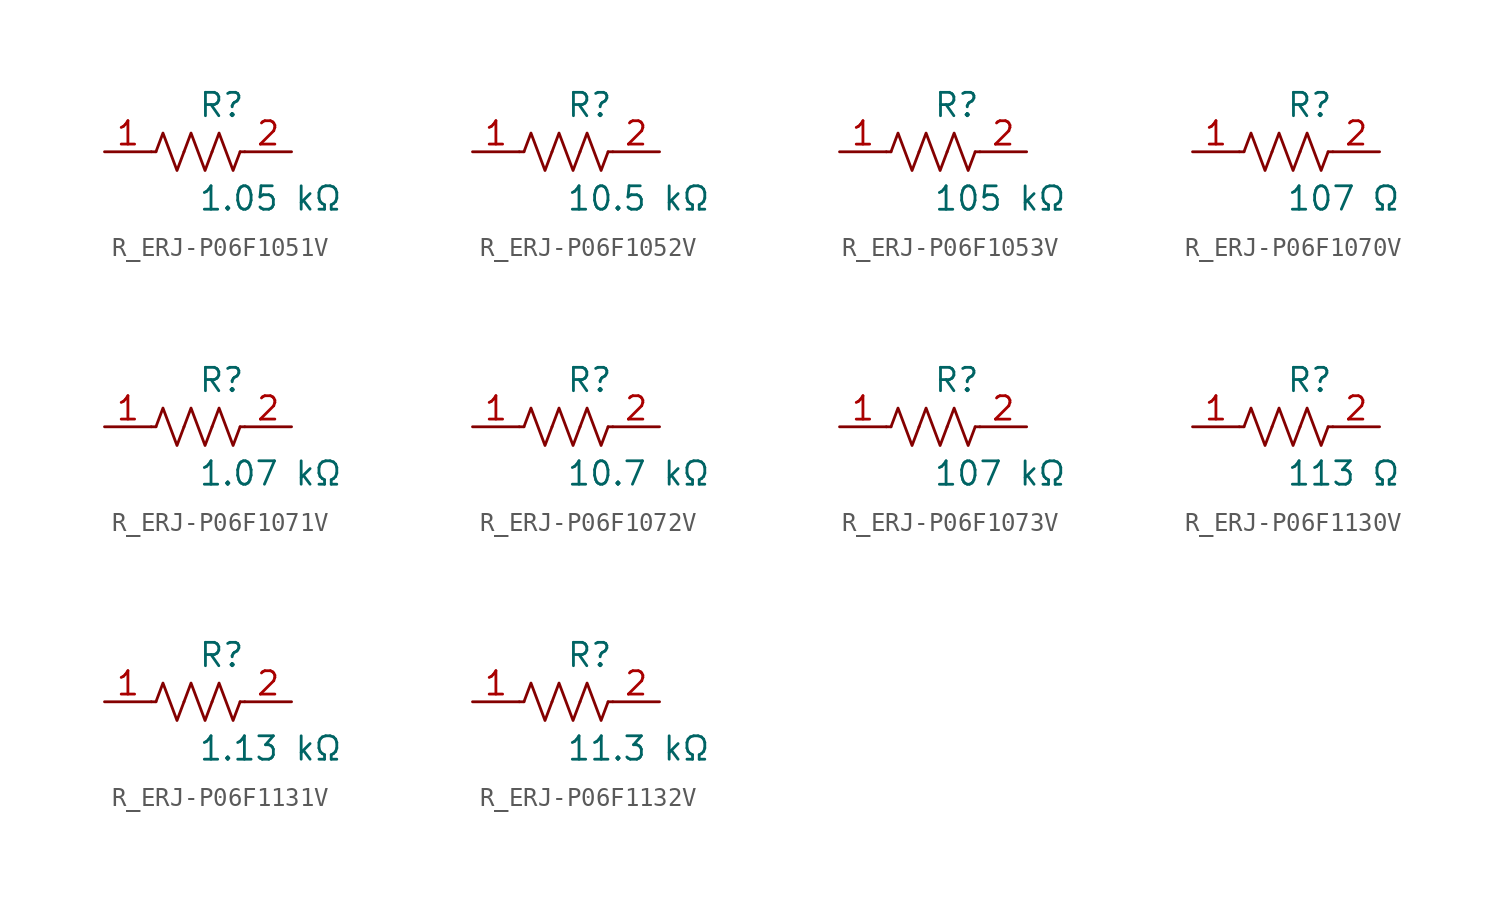
<source format=kicad_sym>
(kicad_symbol_lib
  (version 20231120)
  (generator kicad_symbol_editor)
  (generator_version 8.0)
  (symbol "R_ERJ-P06F1051V"
    (pin_names
      (offset 0.254))
    (property "Reference" "R"
      (at 0.0 2.54 0)
      (effects (font (size 1.27 1.27)) (justify left)))
    (property "Value" "1.05 kΩ"
      (at 0.0 -2.54 0)
      (effects (font (size 1.27 1.27)) (justify left)))
    (symbol "R_ERJ-P06F1051V_0_1"
      (polyline (pts (xy 2.286 0) (xy 2.54 0)) (stroke (width 0) (type default)) (fill (type none)))
      (polyline (pts (xy -2.286 0) (xy -2.54 0)) (stroke (width 0) (type default)) (fill (type none)))
      (polyline (pts (xy 0.762 0) (xy 1.143 1.016) (xy 1.524 0) (xy 1.905 -1.016) (xy 2.286 0)) (stroke (width 0) (type default)) (fill (type none)))
      (polyline (pts (xy -0.762 0) (xy -0.381 1.016) (xy 0 0) (xy 0.381 -1.016) (xy 0.762 0)) (stroke (width 0) (type default)) (fill (type none)))
      (polyline (pts (xy -2.286 0) (xy -1.905 1.016) (xy -1.524 0) (xy -1.143 -1.016) (xy -0.762 0)) (stroke (width 0) (type default)) (fill (type none))))
    (pin unspecified line
      (at -5.08 0 0)
      (length 2.54)
      (name "" (effects (font (size 1.27 1.27))))
      (number "1" (effects (font (size 1.27 1.27)))))
    (pin unspecified line
      (at 5.08 0 180)
      (length 2.54)
      (name "" (effects (font (size 1.27 1.27))))
      (number "2" (effects (font (size 1.27 1.27))))))
  (symbol "R_ERJ-P06F1052V"
    (pin_names
      (offset 0.254))
    (property "Reference" "R"
      (at 0.0 2.54 0)
      (effects (font (size 1.27 1.27)) (justify left)))
    (property "Value" "10.5 kΩ"
      (at 0.0 -2.54 0)
      (effects (font (size 1.27 1.27)) (justify left)))
    (symbol "R_ERJ-P06F1052V_0_1"
      (polyline (pts (xy 2.286 0) (xy 2.54 0)) (stroke (width 0) (type default)) (fill (type none)))
      (polyline (pts (xy -2.286 0) (xy -2.54 0)) (stroke (width 0) (type default)) (fill (type none)))
      (polyline (pts (xy 0.762 0) (xy 1.143 1.016) (xy 1.524 0) (xy 1.905 -1.016) (xy 2.286 0)) (stroke (width 0) (type default)) (fill (type none)))
      (polyline (pts (xy -0.762 0) (xy -0.381 1.016) (xy 0 0) (xy 0.381 -1.016) (xy 0.762 0)) (stroke (width 0) (type default)) (fill (type none)))
      (polyline (pts (xy -2.286 0) (xy -1.905 1.016) (xy -1.524 0) (xy -1.143 -1.016) (xy -0.762 0)) (stroke (width 0) (type default)) (fill (type none))))
    (pin unspecified line
      (at -5.08 0 0)
      (length 2.54)
      (name "" (effects (font (size 1.27 1.27))))
      (number "1" (effects (font (size 1.27 1.27)))))
    (pin unspecified line
      (at 5.08 0 180)
      (length 2.54)
      (name "" (effects (font (size 1.27 1.27))))
      (number "2" (effects (font (size 1.27 1.27))))))
  (symbol "R_ERJ-P06F1053V"
    (pin_names
      (offset 0.254))
    (property "Reference" "R"
      (at 0.0 2.54 0)
      (effects (font (size 1.27 1.27)) (justify left)))
    (property "Value" "105 kΩ"
      (at 0.0 -2.54 0)
      (effects (font (size 1.27 1.27)) (justify left)))
    (symbol "R_ERJ-P06F1053V_0_1"
      (polyline (pts (xy 2.286 0) (xy 2.54 0)) (stroke (width 0) (type default)) (fill (type none)))
      (polyline (pts (xy -2.286 0) (xy -2.54 0)) (stroke (width 0) (type default)) (fill (type none)))
      (polyline (pts (xy 0.762 0) (xy 1.143 1.016) (xy 1.524 0) (xy 1.905 -1.016) (xy 2.286 0)) (stroke (width 0) (type default)) (fill (type none)))
      (polyline (pts (xy -0.762 0) (xy -0.381 1.016) (xy 0 0) (xy 0.381 -1.016) (xy 0.762 0)) (stroke (width 0) (type default)) (fill (type none)))
      (polyline (pts (xy -2.286 0) (xy -1.905 1.016) (xy -1.524 0) (xy -1.143 -1.016) (xy -0.762 0)) (stroke (width 0) (type default)) (fill (type none))))
    (pin unspecified line
      (at -5.08 0 0)
      (length 2.54)
      (name "" (effects (font (size 1.27 1.27))))
      (number "1" (effects (font (size 1.27 1.27)))))
    (pin unspecified line
      (at 5.08 0 180)
      (length 2.54)
      (name "" (effects (font (size 1.27 1.27))))
      (number "2" (effects (font (size 1.27 1.27))))))
  (symbol "R_ERJ-P06F1070V"
    (pin_names
      (offset 0.254))
    (property "Reference" "R"
      (at 0.0 2.54 0)
      (effects (font (size 1.27 1.27)) (justify left)))
    (property "Value" "107 Ω"
      (at 0.0 -2.54 0)
      (effects (font (size 1.27 1.27)) (justify left)))
    (symbol "R_ERJ-P06F1070V_0_1"
      (polyline (pts (xy 2.286 0) (xy 2.54 0)) (stroke (width 0) (type default)) (fill (type none)))
      (polyline (pts (xy -2.286 0) (xy -2.54 0)) (stroke (width 0) (type default)) (fill (type none)))
      (polyline (pts (xy 0.762 0) (xy 1.143 1.016) (xy 1.524 0) (xy 1.905 -1.016) (xy 2.286 0)) (stroke (width 0) (type default)) (fill (type none)))
      (polyline (pts (xy -0.762 0) (xy -0.381 1.016) (xy 0 0) (xy 0.381 -1.016) (xy 0.762 0)) (stroke (width 0) (type default)) (fill (type none)))
      (polyline (pts (xy -2.286 0) (xy -1.905 1.016) (xy -1.524 0) (xy -1.143 -1.016) (xy -0.762 0)) (stroke (width 0) (type default)) (fill (type none))))
    (pin unspecified line
      (at -5.08 0 0)
      (length 2.54)
      (name "" (effects (font (size 1.27 1.27))))
      (number "1" (effects (font (size 1.27 1.27)))))
    (pin unspecified line
      (at 5.08 0 180)
      (length 2.54)
      (name "" (effects (font (size 1.27 1.27))))
      (number "2" (effects (font (size 1.27 1.27))))))
  (symbol "R_ERJ-P06F1071V"
    (pin_names
      (offset 0.254))
    (property "Reference" "R"
      (at 0.0 2.54 0)
      (effects (font (size 1.27 1.27)) (justify left)))
    (property "Value" "1.07 kΩ"
      (at 0.0 -2.54 0)
      (effects (font (size 1.27 1.27)) (justify left)))
    (symbol "R_ERJ-P06F1071V_0_1"
      (polyline (pts (xy 2.286 0) (xy 2.54 0)) (stroke (width 0) (type default)) (fill (type none)))
      (polyline (pts (xy -2.286 0) (xy -2.54 0)) (stroke (width 0) (type default)) (fill (type none)))
      (polyline (pts (xy 0.762 0) (xy 1.143 1.016) (xy 1.524 0) (xy 1.905 -1.016) (xy 2.286 0)) (stroke (width 0) (type default)) (fill (type none)))
      (polyline (pts (xy -0.762 0) (xy -0.381 1.016) (xy 0 0) (xy 0.381 -1.016) (xy 0.762 0)) (stroke (width 0) (type default)) (fill (type none)))
      (polyline (pts (xy -2.286 0) (xy -1.905 1.016) (xy -1.524 0) (xy -1.143 -1.016) (xy -0.762 0)) (stroke (width 0) (type default)) (fill (type none))))
    (pin unspecified line
      (at -5.08 0 0)
      (length 2.54)
      (name "" (effects (font (size 1.27 1.27))))
      (number "1" (effects (font (size 1.27 1.27)))))
    (pin unspecified line
      (at 5.08 0 180)
      (length 2.54)
      (name "" (effects (font (size 1.27 1.27))))
      (number "2" (effects (font (size 1.27 1.27))))))
  (symbol "R_ERJ-P06F1072V"
    (pin_names
      (offset 0.254))
    (property "Reference" "R"
      (at 0.0 2.54 0)
      (effects (font (size 1.27 1.27)) (justify left)))
    (property "Value" "10.7 kΩ"
      (at 0.0 -2.54 0)
      (effects (font (size 1.27 1.27)) (justify left)))
    (symbol "R_ERJ-P06F1072V_0_1"
      (polyline (pts (xy 2.286 0) (xy 2.54 0)) (stroke (width 0) (type default)) (fill (type none)))
      (polyline (pts (xy -2.286 0) (xy -2.54 0)) (stroke (width 0) (type default)) (fill (type none)))
      (polyline (pts (xy 0.762 0) (xy 1.143 1.016) (xy 1.524 0) (xy 1.905 -1.016) (xy 2.286 0)) (stroke (width 0) (type default)) (fill (type none)))
      (polyline (pts (xy -0.762 0) (xy -0.381 1.016) (xy 0 0) (xy 0.381 -1.016) (xy 0.762 0)) (stroke (width 0) (type default)) (fill (type none)))
      (polyline (pts (xy -2.286 0) (xy -1.905 1.016) (xy -1.524 0) (xy -1.143 -1.016) (xy -0.762 0)) (stroke (width 0) (type default)) (fill (type none))))
    (pin unspecified line
      (at -5.08 0 0)
      (length 2.54)
      (name "" (effects (font (size 1.27 1.27))))
      (number "1" (effects (font (size 1.27 1.27)))))
    (pin unspecified line
      (at 5.08 0 180)
      (length 2.54)
      (name "" (effects (font (size 1.27 1.27))))
      (number "2" (effects (font (size 1.27 1.27))))))
  (symbol "R_ERJ-P06F1073V"
    (pin_names
      (offset 0.254))
    (property "Reference" "R"
      (at 0.0 2.54 0)
      (effects (font (size 1.27 1.27)) (justify left)))
    (property "Value" "107 kΩ"
      (at 0.0 -2.54 0)
      (effects (font (size 1.27 1.27)) (justify left)))
    (symbol "R_ERJ-P06F1073V_0_1"
      (polyline (pts (xy 2.286 0) (xy 2.54 0)) (stroke (width 0) (type default)) (fill (type none)))
      (polyline (pts (xy -2.286 0) (xy -2.54 0)) (stroke (width 0) (type default)) (fill (type none)))
      (polyline (pts (xy 0.762 0) (xy 1.143 1.016) (xy 1.524 0) (xy 1.905 -1.016) (xy 2.286 0)) (stroke (width 0) (type default)) (fill (type none)))
      (polyline (pts (xy -0.762 0) (xy -0.381 1.016) (xy 0 0) (xy 0.381 -1.016) (xy 0.762 0)) (stroke (width 0) (type default)) (fill (type none)))
      (polyline (pts (xy -2.286 0) (xy -1.905 1.016) (xy -1.524 0) (xy -1.143 -1.016) (xy -0.762 0)) (stroke (width 0) (type default)) (fill (type none))))
    (pin unspecified line
      (at -5.08 0 0)
      (length 2.54)
      (name "" (effects (font (size 1.27 1.27))))
      (number "1" (effects (font (size 1.27 1.27)))))
    (pin unspecified line
      (at 5.08 0 180)
      (length 2.54)
      (name "" (effects (font (size 1.27 1.27))))
      (number "2" (effects (font (size 1.27 1.27))))))
  (symbol "R_ERJ-P06F1130V"
    (pin_names
      (offset 0.254))
    (property "Reference" "R"
      (at 0.0 2.54 0)
      (effects (font (size 1.27 1.27)) (justify left)))
    (property "Value" "113 Ω"
      (at 0.0 -2.54 0)
      (effects (font (size 1.27 1.27)) (justify left)))
    (symbol "R_ERJ-P06F1130V_0_1"
      (polyline (pts (xy 2.286 0) (xy 2.54 0)) (stroke (width 0) (type default)) (fill (type none)))
      (polyline (pts (xy -2.286 0) (xy -2.54 0)) (stroke (width 0) (type default)) (fill (type none)))
      (polyline (pts (xy 0.762 0) (xy 1.143 1.016) (xy 1.524 0) (xy 1.905 -1.016) (xy 2.286 0)) (stroke (width 0) (type default)) (fill (type none)))
      (polyline (pts (xy -0.762 0) (xy -0.381 1.016) (xy 0 0) (xy 0.381 -1.016) (xy 0.762 0)) (stroke (width 0) (type default)) (fill (type none)))
      (polyline (pts (xy -2.286 0) (xy -1.905 1.016) (xy -1.524 0) (xy -1.143 -1.016) (xy -0.762 0)) (stroke (width 0) (type default)) (fill (type none))))
    (pin unspecified line
      (at -5.08 0 0)
      (length 2.54)
      (name "" (effects (font (size 1.27 1.27))))
      (number "1" (effects (font (size 1.27 1.27)))))
    (pin unspecified line
      (at 5.08 0 180)
      (length 2.54)
      (name "" (effects (font (size 1.27 1.27))))
      (number "2" (effects (font (size 1.27 1.27))))))
  (symbol "R_ERJ-P06F1131V"
    (pin_names
      (offset 0.254))
    (property "Reference" "R"
      (at 0.0 2.54 0)
      (effects (font (size 1.27 1.27)) (justify left)))
    (property "Value" "1.13 kΩ"
      (at 0.0 -2.54 0)
      (effects (font (size 1.27 1.27)) (justify left)))
    (symbol "R_ERJ-P06F1131V_0_1"
      (polyline (pts (xy 2.286 0) (xy 2.54 0)) (stroke (width 0) (type default)) (fill (type none)))
      (polyline (pts (xy -2.286 0) (xy -2.54 0)) (stroke (width 0) (type default)) (fill (type none)))
      (polyline (pts (xy 0.762 0) (xy 1.143 1.016) (xy 1.524 0) (xy 1.905 -1.016) (xy 2.286 0)) (stroke (width 0) (type default)) (fill (type none)))
      (polyline (pts (xy -0.762 0) (xy -0.381 1.016) (xy 0 0) (xy 0.381 -1.016) (xy 0.762 0)) (stroke (width 0) (type default)) (fill (type none)))
      (polyline (pts (xy -2.286 0) (xy -1.905 1.016) (xy -1.524 0) (xy -1.143 -1.016) (xy -0.762 0)) (stroke (width 0) (type default)) (fill (type none))))
    (pin unspecified line
      (at -5.08 0 0)
      (length 2.54)
      (name "" (effects (font (size 1.27 1.27))))
      (number "1" (effects (font (size 1.27 1.27)))))
    (pin unspecified line
      (at 5.08 0 180)
      (length 2.54)
      (name "" (effects (font (size 1.27 1.27))))
      (number "2" (effects (font (size 1.27 1.27))))))
  (symbol "R_ERJ-P06F1132V"
    (pin_names
      (offset 0.254))
    (property "Reference" "R"
      (at 0.0 2.54 0)
      (effects (font (size 1.27 1.27)) (justify left)))
    (property "Value" "11.3 kΩ"
      (at 0.0 -2.54 0)
      (effects (font (size 1.27 1.27)) (justify left)))
    (symbol "R_ERJ-P06F1132V_0_1"
      (polyline (pts (xy 2.286 0) (xy 2.54 0)) (stroke (width 0) (type default)) (fill (type none)))
      (polyline (pts (xy -2.286 0) (xy -2.54 0)) (stroke (width 0) (type default)) (fill (type none)))
      (polyline (pts (xy 0.762 0) (xy 1.143 1.016) (xy 1.524 0) (xy 1.905 -1.016) (xy 2.286 0)) (stroke (width 0) (type default)) (fill (type none)))
      (polyline (pts (xy -0.762 0) (xy -0.381 1.016) (xy 0 0) (xy 0.381 -1.016) (xy 0.762 0)) (stroke (width 0) (type default)) (fill (type none)))
      (polyline (pts (xy -2.286 0) (xy -1.905 1.016) (xy -1.524 0) (xy -1.143 -1.016) (xy -0.762 0)) (stroke (width 0) (type default)) (fill (type none))))
    (pin unspecified line
      (at -5.08 0 0)
      (length 2.54)
      (name "" (effects (font (size 1.27 1.27))))
      (number "1" (effects (font (size 1.27 1.27)))))
    (pin unspecified line
      (at 5.08 0 180)
      (length 2.54)
      (name "" (effects (font (size 1.27 1.27))))
      (number "2" (effects (font (size 1.27 1.27)))))))
</source>
